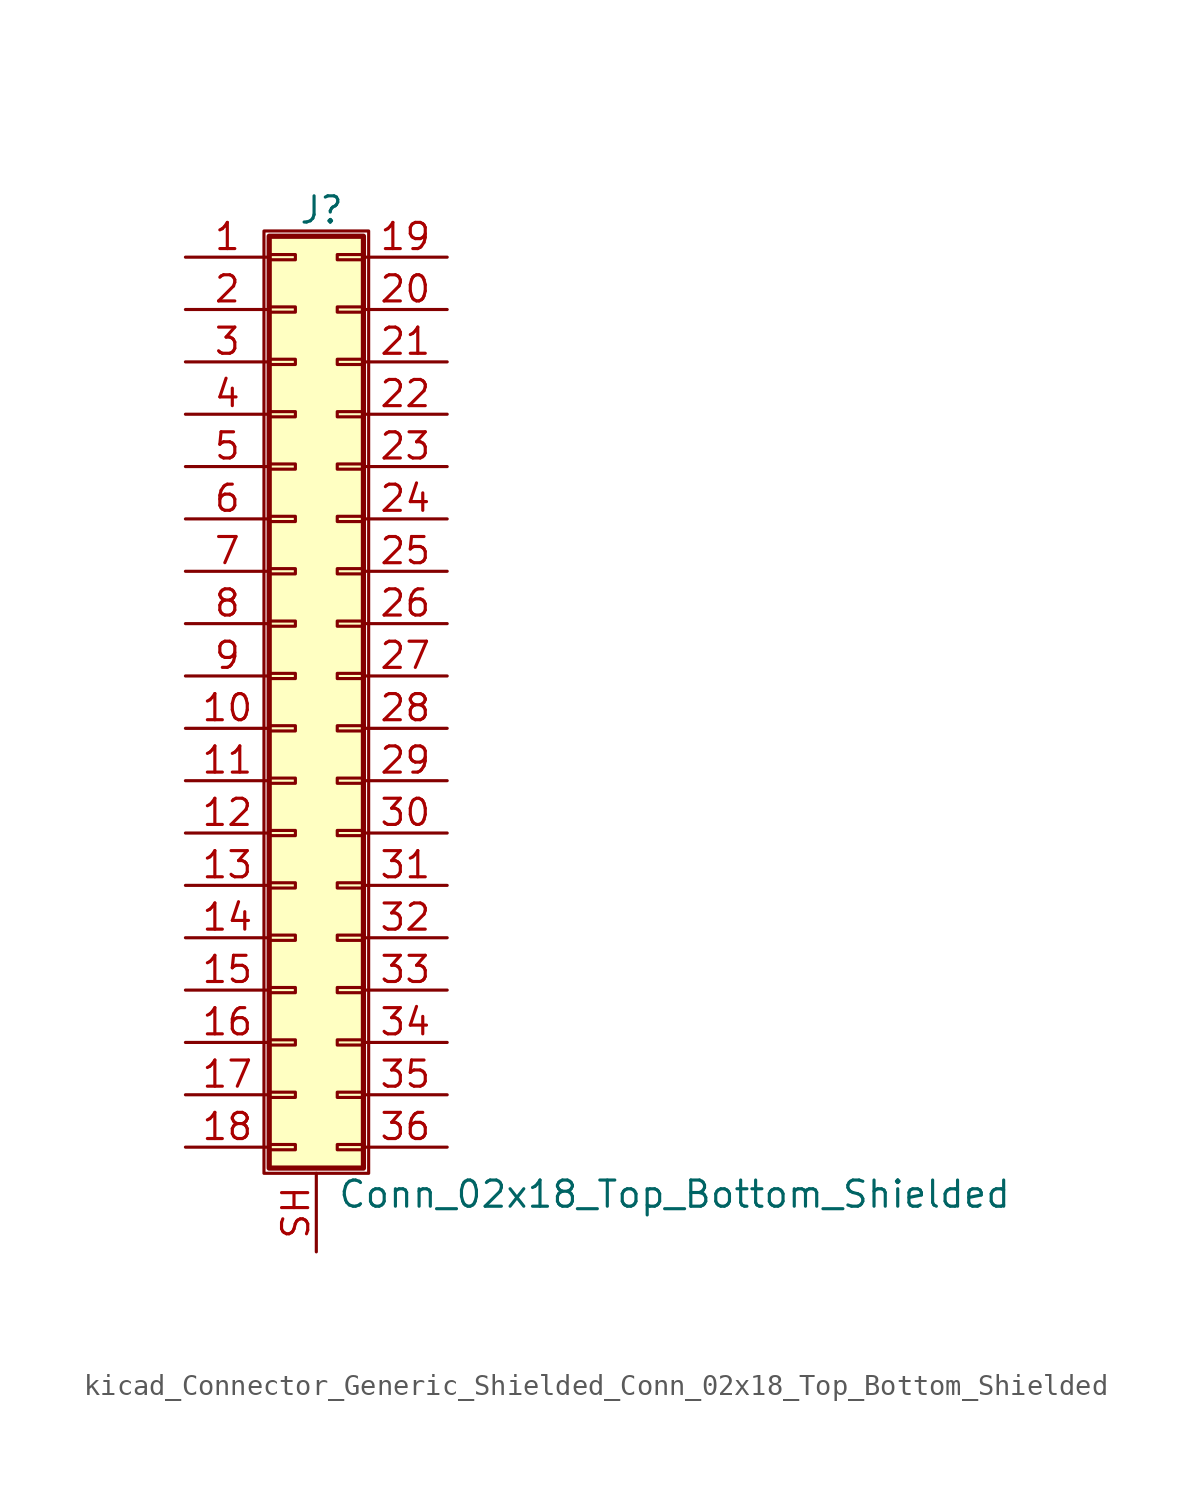
<source format=kicad_sym>
(kicad_symbol_lib
  (version 20220914)
  (generator kicad_symbol_editor)
  (symbol "kicad_Connector_Generic_Shielded_Conn_02x18_Top_Bottom_Shielded"
    (pin_names
      (offset 1.016) hide)
    (property "Reference" "J"
      (at 1.524 22.606 0)
      (effects (font (size 1.27 1.27))))
    (property "Value" "Conn_02x18_Top_Bottom_Shielded"
      (at 2.286 -25.146 0)
      (effects (font (size 1.27 1.27)) (justify left)))
    (symbol "kicad_Connector_Generic_Shielded_Conn_02x18_Top_Bottom_Shielded_1_1"
      (rectangle (start -1.27 21.59) (end 3.81 -24.13) (stroke (width 0.152) (type default)) (fill (type none)))
      (rectangle (start -1.016 -22.733) (end 0.254 -22.987) (stroke (width 0.152) (type default)) (fill (type none)))
      (rectangle (start -1.016 -20.193) (end 0.254 -20.447) (stroke (width 0.152) (type default)) (fill (type none)))
      (rectangle (start -1.016 -17.653) (end 0.254 -17.907) (stroke (width 0.152) (type default)) (fill (type none)))
      (rectangle (start -1.016 -15.113) (end 0.254 -15.367) (stroke (width 0.152) (type default)) (fill (type none)))
      (rectangle (start -1.016 -12.573) (end 0.254 -12.827) (stroke (width 0.152) (type default)) (fill (type none)))
      (rectangle (start -1.016 -10.033) (end 0.254 -10.287) (stroke (width 0.152) (type default)) (fill (type none)))
      (rectangle (start -1.016 -7.493) (end 0.254 -7.747) (stroke (width 0.152) (type default)) (fill (type none)))
      (rectangle (start -1.016 -4.953) (end 0.254 -5.207) (stroke (width 0.152) (type default)) (fill (type none)))
      (rectangle (start -1.016 -2.413) (end 0.254 -2.667) (stroke (width 0.152) (type default)) (fill (type none)))
      (rectangle (start -1.016 0.127) (end 0.254 -0.127) (stroke (width 0.152) (type default)) (fill (type none)))
      (rectangle (start -1.016 2.667) (end 0.254 2.413) (stroke (width 0.152) (type default)) (fill (type none)))
      (rectangle (start -1.016 5.207) (end 0.254 4.953) (stroke (width 0.152) (type default)) (fill (type none)))
      (rectangle (start -1.016 7.747) (end 0.254 7.493) (stroke (width 0.152) (type default)) (fill (type none)))
      (rectangle (start -1.016 10.287) (end 0.254 10.033) (stroke (width 0.152) (type default)) (fill (type none)))
      (rectangle (start -1.016 12.827) (end 0.254 12.573) (stroke (width 0.152) (type default)) (fill (type none)))
      (rectangle (start -1.016 15.367) (end 0.254 15.113) (stroke (width 0.152) (type default)) (fill (type none)))
      (rectangle (start -1.016 17.907) (end 0.254 17.653) (stroke (width 0.152) (type default)) (fill (type none)))
      (rectangle (start -1.016 20.447) (end 0.254 20.193) (stroke (width 0.152) (type default)) (fill (type none)))
      (rectangle (start -1.016 21.336) (end 3.556 -23.876) (stroke (width 0.254) (type default)) (fill (type background)))
      (rectangle (start 3.556 -22.733) (end 2.286 -22.987) (stroke (width 0.152) (type default)) (fill (type none)))
      (rectangle (start 3.556 -20.193) (end 2.286 -20.447) (stroke (width 0.152) (type default)) (fill (type none)))
      (rectangle (start 3.556 -17.653) (end 2.286 -17.907) (stroke (width 0.152) (type default)) (fill (type none)))
      (rectangle (start 3.556 -15.113) (end 2.286 -15.367) (stroke (width 0.152) (type default)) (fill (type none)))
      (rectangle (start 3.556 -12.573) (end 2.286 -12.827) (stroke (width 0.152) (type default)) (fill (type none)))
      (rectangle (start 3.556 -10.033) (end 2.286 -10.287) (stroke (width 0.152) (type default)) (fill (type none)))
      (rectangle (start 3.556 -7.493) (end 2.286 -7.747) (stroke (width 0.152) (type default)) (fill (type none)))
      (rectangle (start 3.556 -4.953) (end 2.286 -5.207) (stroke (width 0.152) (type default)) (fill (type none)))
      (rectangle (start 3.556 -2.413) (end 2.286 -2.667) (stroke (width 0.152) (type default)) (fill (type none)))
      (rectangle (start 3.556 0.127) (end 2.286 -0.127) (stroke (width 0.152) (type default)) (fill (type none)))
      (rectangle (start 3.556 2.667) (end 2.286 2.413) (stroke (width 0.152) (type default)) (fill (type none)))
      (rectangle (start 3.556 5.207) (end 2.286 4.953) (stroke (width 0.152) (type default)) (fill (type none)))
      (rectangle (start 3.556 7.747) (end 2.286 7.493) (stroke (width 0.152) (type default)) (fill (type none)))
      (rectangle (start 3.556 10.287) (end 2.286 10.033) (stroke (width 0.152) (type default)) (fill (type none)))
      (rectangle (start 3.556 12.827) (end 2.286 12.573) (stroke (width 0.152) (type default)) (fill (type none)))
      (rectangle (start 3.556 15.367) (end 2.286 15.113) (stroke (width 0.152) (type default)) (fill (type none)))
      (rectangle (start 3.556 17.907) (end 2.286 17.653) (stroke (width 0.152) (type default)) (fill (type none)))
      (rectangle (start 3.556 20.447) (end 2.286 20.193) (stroke (width 0.152) (type default)) (fill (type none)))
      (pin passive line (at -5.08 20.32 0) (length 4.064) (name "Pin_1" (effects (font (size 1.27 1.27)))) (number "1" (effects (font (size 1.27 1.27)))))
      (pin passive line (at -5.08 -2.54 0) (length 4.064) (name "Pin_10" (effects (font (size 1.27 1.27)))) (number "10" (effects (font (size 1.27 1.27)))))
      (pin passive line (at -5.08 -5.08 0) (length 4.064) (name "Pin_11" (effects (font (size 1.27 1.27)))) (number "11" (effects (font (size 1.27 1.27)))))
      (pin passive line (at -5.08 -7.62 0) (length 4.064) (name "Pin_12" (effects (font (size 1.27 1.27)))) (number "12" (effects (font (size 1.27 1.27)))))
      (pin passive line (at -5.08 -10.16 0) (length 4.064) (name "Pin_13" (effects (font (size 1.27 1.27)))) (number "13" (effects (font (size 1.27 1.27)))))
      (pin passive line (at -5.08 -12.7 0) (length 4.064) (name "Pin_14" (effects (font (size 1.27 1.27)))) (number "14" (effects (font (size 1.27 1.27)))))
      (pin passive line (at -5.08 -15.24 0) (length 4.064) (name "Pin_15" (effects (font (size 1.27 1.27)))) (number "15" (effects (font (size 1.27 1.27)))))
      (pin passive line (at -5.08 -17.78 0) (length 4.064) (name "Pin_16" (effects (font (size 1.27 1.27)))) (number "16" (effects (font (size 1.27 1.27)))))
      (pin passive line (at -5.08 -20.32 0) (length 4.064) (name "Pin_17" (effects (font (size 1.27 1.27)))) (number "17" (effects (font (size 1.27 1.27)))))
      (pin passive line (at -5.08 -22.86 0) (length 4.064) (name "Pin_18" (effects (font (size 1.27 1.27)))) (number "18" (effects (font (size 1.27 1.27)))))
      (pin passive line (at 7.62 20.32 180) (length 4.064) (name "Pin_19" (effects (font (size 1.27 1.27)))) (number "19" (effects (font (size 1.27 1.27)))))
      (pin passive line (at -5.08 17.78 0) (length 4.064) (name "Pin_2" (effects (font (size 1.27 1.27)))) (number "2" (effects (font (size 1.27 1.27)))))
      (pin passive line (at 7.62 17.78 180) (length 4.064) (name "Pin_20" (effects (font (size 1.27 1.27)))) (number "20" (effects (font (size 1.27 1.27)))))
      (pin passive line (at 7.62 15.24 180) (length 4.064) (name "Pin_21" (effects (font (size 1.27 1.27)))) (number "21" (effects (font (size 1.27 1.27)))))
      (pin passive line (at 7.62 12.7 180) (length 4.064) (name "Pin_22" (effects (font (size 1.27 1.27)))) (number "22" (effects (font (size 1.27 1.27)))))
      (pin passive line (at 7.62 10.16 180) (length 4.064) (name "Pin_23" (effects (font (size 1.27 1.27)))) (number "23" (effects (font (size 1.27 1.27)))))
      (pin passive line (at 7.62 7.62 180) (length 4.064) (name "Pin_24" (effects (font (size 1.27 1.27)))) (number "24" (effects (font (size 1.27 1.27)))))
      (pin passive line (at 7.62 5.08 180) (length 4.064) (name "Pin_25" (effects (font (size 1.27 1.27)))) (number "25" (effects (font (size 1.27 1.27)))))
      (pin passive line (at 7.62 2.54 180) (length 4.064) (name "Pin_26" (effects (font (size 1.27 1.27)))) (number "26" (effects (font (size 1.27 1.27)))))
      (pin passive line (at 7.62 0 180) (length 4.064) (name "Pin_27" (effects (font (size 1.27 1.27)))) (number "27" (effects (font (size 1.27 1.27)))))
      (pin passive line (at 7.62 -2.54 180) (length 4.064) (name "Pin_28" (effects (font (size 1.27 1.27)))) (number "28" (effects (font (size 1.27 1.27)))))
      (pin passive line (at 7.62 -5.08 180) (length 4.064) (name "Pin_29" (effects (font (size 1.27 1.27)))) (number "29" (effects (font (size 1.27 1.27)))))
      (pin passive line (at -5.08 15.24 0) (length 4.064) (name "Pin_3" (effects (font (size 1.27 1.27)))) (number "3" (effects (font (size 1.27 1.27)))))
      (pin passive line (at 7.62 -7.62 180) (length 4.064) (name "Pin_30" (effects (font (size 1.27 1.27)))) (number "30" (effects (font (size 1.27 1.27)))))
      (pin passive line (at 7.62 -10.16 180) (length 4.064) (name "Pin_31" (effects (font (size 1.27 1.27)))) (number "31" (effects (font (size 1.27 1.27)))))
      (pin passive line (at 7.62 -12.7 180) (length 4.064) (name "Pin_32" (effects (font (size 1.27 1.27)))) (number "32" (effects (font (size 1.27 1.27)))))
      (pin passive line (at 7.62 -15.24 180) (length 4.064) (name "Pin_33" (effects (font (size 1.27 1.27)))) (number "33" (effects (font (size 1.27 1.27)))))
      (pin passive line (at 7.62 -17.78 180) (length 4.064) (name "Pin_34" (effects (font (size 1.27 1.27)))) (number "34" (effects (font (size 1.27 1.27)))))
      (pin passive line (at 7.62 -20.32 180) (length 4.064) (name "Pin_35" (effects (font (size 1.27 1.27)))) (number "35" (effects (font (size 1.27 1.27)))))
      (pin passive line (at 7.62 -22.86 180) (length 4.064) (name "Pin_36" (effects (font (size 1.27 1.27)))) (number "36" (effects (font (size 1.27 1.27)))))
      (pin passive line (at -5.08 12.7 0) (length 4.064) (name "Pin_4" (effects (font (size 1.27 1.27)))) (number "4" (effects (font (size 1.27 1.27)))))
      (pin passive line (at -5.08 10.16 0) (length 4.064) (name "Pin_5" (effects (font (size 1.27 1.27)))) (number "5" (effects (font (size 1.27 1.27)))))
      (pin passive line (at -5.08 7.62 0) (length 4.064) (name "Pin_6" (effects (font (size 1.27 1.27)))) (number "6" (effects (font (size 1.27 1.27)))))
      (pin passive line (at -5.08 5.08 0) (length 4.064) (name "Pin_7" (effects (font (size 1.27 1.27)))) (number "7" (effects (font (size 1.27 1.27)))))
      (pin passive line (at -5.08 2.54 0) (length 4.064) (name "Pin_8" (effects (font (size 1.27 1.27)))) (number "8" (effects (font (size 1.27 1.27)))))
      (pin passive line (at -5.08 0 0) (length 4.064) (name "Pin_9" (effects (font (size 1.27 1.27)))) (number "9" (effects (font (size 1.27 1.27)))))
      (pin passive line (at 1.27 -27.94 90) (length 3.81) (name "Shield" (effects (font (size 1.27 1.27)))) (number "SH" (effects (font (size 1.27 1.27))))))))
</source>
